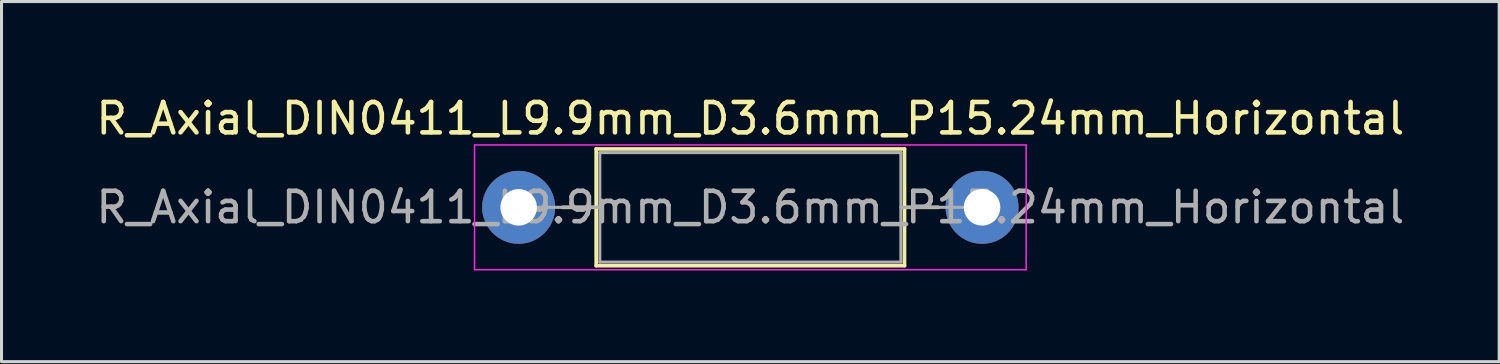
<source format=kicad_pcb>
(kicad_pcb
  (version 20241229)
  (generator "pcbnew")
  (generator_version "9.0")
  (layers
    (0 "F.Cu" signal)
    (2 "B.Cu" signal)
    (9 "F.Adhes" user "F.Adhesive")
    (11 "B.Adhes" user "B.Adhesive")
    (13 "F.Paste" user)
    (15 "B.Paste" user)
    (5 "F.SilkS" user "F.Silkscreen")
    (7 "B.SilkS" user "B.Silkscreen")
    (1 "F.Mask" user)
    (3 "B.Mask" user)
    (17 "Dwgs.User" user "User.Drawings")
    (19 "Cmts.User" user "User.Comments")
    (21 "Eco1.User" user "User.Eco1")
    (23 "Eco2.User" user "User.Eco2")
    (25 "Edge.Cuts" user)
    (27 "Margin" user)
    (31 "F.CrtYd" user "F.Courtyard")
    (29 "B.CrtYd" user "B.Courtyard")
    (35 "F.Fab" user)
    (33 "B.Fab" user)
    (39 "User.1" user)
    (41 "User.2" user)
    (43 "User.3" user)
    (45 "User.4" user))
  (footprint "R_Axial_DIN0411_L9.9mm_D3.6mm_P15.24mm_Horizontal"
    (layer "F.Cu")
    (at 14.005 3.768)
    (property "Reference" "R_Axial_DIN0411_L9.9mm_D3.6mm_P15.24mm_Horizontal" (at 7.62 -2.92 0) (layer "F.SilkS") (effects (font (size 1 1) (thickness 0.15))))
    (attr through_hole)
    (fp_line (start 1.44 0) (end 2.55 0) (stroke (width 0.12) (type solid)) (layer "F.SilkS"))
    (fp_line (start 2.55 -1.92) (end 2.55 1.92) (stroke (width 0.12) (type solid)) (layer "F.SilkS"))
    (fp_line (start 2.55 1.92) (end 12.69 1.92) (stroke (width 0.12) (type solid)) (layer "F.SilkS"))
    (fp_line (start 12.69 -1.92) (end 2.55 -1.92) (stroke (width 0.12) (type solid)) (layer "F.SilkS"))
    (fp_line (start 12.69 1.92) (end 12.69 -1.92) (stroke (width 0.12) (type solid)) (layer "F.SilkS"))
    (fp_line (start 13.8 0) (end 12.69 0) (stroke (width 0.12) (type solid)) (layer "F.SilkS"))
    (fp_line (start -1.45 -2.05) (end -1.45 2.05) (stroke (width 0.05) (type solid)) (layer "F.CrtYd"))
    (fp_line (start -1.45 2.05) (end 16.69 2.05) (stroke (width 0.05) (type solid)) (layer "F.CrtYd"))
    (fp_line (start 16.69 -2.05) (end -1.45 -2.05) (stroke (width 0.05) (type solid)) (layer "F.CrtYd"))
    (fp_line (start 16.69 2.05) (end 16.69 -2.05) (stroke (width 0.05) (type solid)) (layer "F.CrtYd"))
    (fp_line (start 0 0) (end 2.67 0) (stroke (width 0.1) (type solid)) (layer "F.Fab"))
    (fp_line (start 2.67 -1.8) (end 2.67 1.8) (stroke (width 0.1) (type solid)) (layer "F.Fab"))
    (fp_line (start 2.67 1.8) (end 12.57 1.8) (stroke (width 0.1) (type solid)) (layer "F.Fab"))
    (fp_line (start 12.57 -1.8) (end 2.67 -1.8) (stroke (width 0.1) (type solid)) (layer "F.Fab"))
    (fp_line (start 12.57 1.8) (end 12.57 -1.8) (stroke (width 0.1) (type solid)) (layer "F.Fab"))
    (fp_line (start 15.24 0) (end 12.57 0) (stroke (width 0.1) (type solid)) (layer "F.Fab"))
    (fp_text user "${REFERENCE}" (at 7.62 0 0) (layer "F.Fab") (effects (font (size 1 1) (thickness 0.15))))
    (pad "1" thru_hole circle (at 0 0) (size 2.4 2.4) (drill 1.2) (layers "*.Cu" "*.Mask"))
    (pad "2" thru_hole oval (at 15.24 0) (size 2.4 2.4) (drill 1.2) (layers "*.Cu" "*.Mask")))
  (gr_rect
    (start -3 -3)
    (end 46.25 8.843)
    (stroke (width 0.1) (type default))
    (fill no)
    (layer "Edge.Cuts")))
</source>
